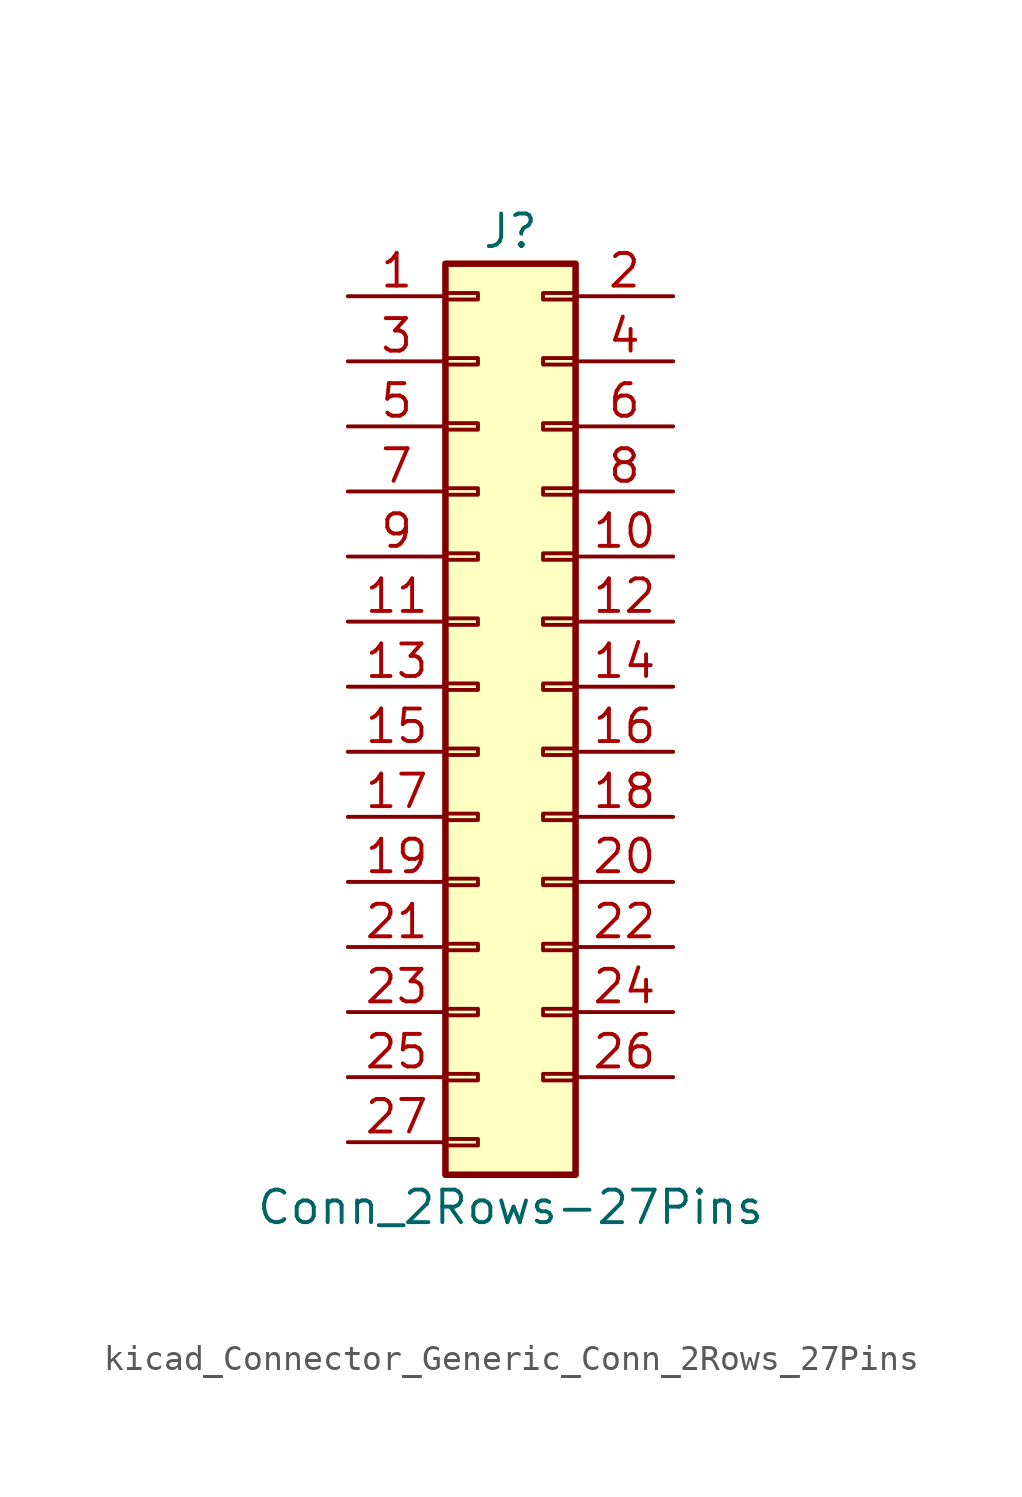
<source format=kicad_sym>
(kicad_symbol_lib
  (version 20220914)
  (generator kicad_symbol_editor)
  (symbol "kicad_Connector_Generic_Conn_2Rows_27Pins"
    (pin_names
      (offset 1.016) hide)
    (property "Reference" "J"
      (at 1.27 17.78 0)
      (effects (font (size 1.27 1.27))))
    (property "Value" "Conn_2Rows-27Pins"
      (at 1.27 -20.32 0)
      (effects (font (size 1.27 1.27))))
    (symbol "kicad_Connector_Generic_Conn_2Rows_27Pins_1_1"
      (rectangle (start -1.27 -17.653) (end 0 -17.907) (stroke (width 0.152) (type default)) (fill (type none)))
      (rectangle (start -1.27 -15.113) (end 0 -15.367) (stroke (width 0.152) (type default)) (fill (type none)))
      (rectangle (start -1.27 -12.573) (end 0 -12.827) (stroke (width 0.152) (type default)) (fill (type none)))
      (rectangle (start -1.27 -10.033) (end 0 -10.287) (stroke (width 0.152) (type default)) (fill (type none)))
      (rectangle (start -1.27 -7.493) (end 0 -7.747) (stroke (width 0.152) (type default)) (fill (type none)))
      (rectangle (start -1.27 -4.953) (end 0 -5.207) (stroke (width 0.152) (type default)) (fill (type none)))
      (rectangle (start -1.27 -2.413) (end 0 -2.667) (stroke (width 0.152) (type default)) (fill (type none)))
      (rectangle (start -1.27 0.127) (end 0 -0.127) (stroke (width 0.152) (type default)) (fill (type none)))
      (rectangle (start -1.27 2.667) (end 0 2.413) (stroke (width 0.152) (type default)) (fill (type none)))
      (rectangle (start -1.27 5.207) (end 0 4.953) (stroke (width 0.152) (type default)) (fill (type none)))
      (rectangle (start -1.27 7.747) (end 0 7.493) (stroke (width 0.152) (type default)) (fill (type none)))
      (rectangle (start -1.27 10.287) (end 0 10.033) (stroke (width 0.152) (type default)) (fill (type none)))
      (rectangle (start -1.27 12.827) (end 0 12.573) (stroke (width 0.152) (type default)) (fill (type none)))
      (rectangle (start -1.27 15.367) (end 0 15.113) (stroke (width 0.152) (type default)) (fill (type none)))
      (rectangle (start -1.27 16.51) (end 3.81 -19.05) (stroke (width 0.254) (type default)) (fill (type background)))
      (rectangle (start 3.81 -15.113) (end 2.54 -15.367) (stroke (width 0.152) (type default)) (fill (type none)))
      (rectangle (start 3.81 -12.573) (end 2.54 -12.827) (stroke (width 0.152) (type default)) (fill (type none)))
      (rectangle (start 3.81 -10.033) (end 2.54 -10.287) (stroke (width 0.152) (type default)) (fill (type none)))
      (rectangle (start 3.81 -7.493) (end 2.54 -7.747) (stroke (width 0.152) (type default)) (fill (type none)))
      (rectangle (start 3.81 -4.953) (end 2.54 -5.207) (stroke (width 0.152) (type default)) (fill (type none)))
      (rectangle (start 3.81 -2.413) (end 2.54 -2.667) (stroke (width 0.152) (type default)) (fill (type none)))
      (rectangle (start 3.81 0.127) (end 2.54 -0.127) (stroke (width 0.152) (type default)) (fill (type none)))
      (rectangle (start 3.81 2.667) (end 2.54 2.413) (stroke (width 0.152) (type default)) (fill (type none)))
      (rectangle (start 3.81 5.207) (end 2.54 4.953) (stroke (width 0.152) (type default)) (fill (type none)))
      (rectangle (start 3.81 7.747) (end 2.54 7.493) (stroke (width 0.152) (type default)) (fill (type none)))
      (rectangle (start 3.81 10.287) (end 2.54 10.033) (stroke (width 0.152) (type default)) (fill (type none)))
      (rectangle (start 3.81 12.827) (end 2.54 12.573) (stroke (width 0.152) (type default)) (fill (type none)))
      (rectangle (start 3.81 15.367) (end 2.54 15.113) (stroke (width 0.152) (type default)) (fill (type none)))
      (pin passive line (at -5.08 15.24 0) (length 3.81) (name "Pin_1" (effects (font (size 1.27 1.27)))) (number "1" (effects (font (size 1.27 1.27)))))
      (pin passive line (at 7.62 5.08 180) (length 3.81) (name "Pin_10" (effects (font (size 1.27 1.27)))) (number "10" (effects (font (size 1.27 1.27)))))
      (pin passive line (at -5.08 2.54 0) (length 3.81) (name "Pin_11" (effects (font (size 1.27 1.27)))) (number "11" (effects (font (size 1.27 1.27)))))
      (pin passive line (at 7.62 2.54 180) (length 3.81) (name "Pin_12" (effects (font (size 1.27 1.27)))) (number "12" (effects (font (size 1.27 1.27)))))
      (pin passive line (at -5.08 0 0) (length 3.81) (name "Pin_13" (effects (font (size 1.27 1.27)))) (number "13" (effects (font (size 1.27 1.27)))))
      (pin passive line (at 7.62 0 180) (length 3.81) (name "Pin_14" (effects (font (size 1.27 1.27)))) (number "14" (effects (font (size 1.27 1.27)))))
      (pin passive line (at -5.08 -2.54 0) (length 3.81) (name "Pin_15" (effects (font (size 1.27 1.27)))) (number "15" (effects (font (size 1.27 1.27)))))
      (pin passive line (at 7.62 -2.54 180) (length 3.81) (name "Pin_16" (effects (font (size 1.27 1.27)))) (number "16" (effects (font (size 1.27 1.27)))))
      (pin passive line (at -5.08 -5.08 0) (length 3.81) (name "Pin_17" (effects (font (size 1.27 1.27)))) (number "17" (effects (font (size 1.27 1.27)))))
      (pin passive line (at 7.62 -5.08 180) (length 3.81) (name "Pin_18" (effects (font (size 1.27 1.27)))) (number "18" (effects (font (size 1.27 1.27)))))
      (pin passive line (at -5.08 -7.62 0) (length 3.81) (name "Pin_19" (effects (font (size 1.27 1.27)))) (number "19" (effects (font (size 1.27 1.27)))))
      (pin passive line (at 7.62 15.24 180) (length 3.81) (name "Pin_2" (effects (font (size 1.27 1.27)))) (number "2" (effects (font (size 1.27 1.27)))))
      (pin passive line (at 7.62 -7.62 180) (length 3.81) (name "Pin_20" (effects (font (size 1.27 1.27)))) (number "20" (effects (font (size 1.27 1.27)))))
      (pin passive line (at -5.08 -10.16 0) (length 3.81) (name "Pin_21" (effects (font (size 1.27 1.27)))) (number "21" (effects (font (size 1.27 1.27)))))
      (pin passive line (at 7.62 -10.16 180) (length 3.81) (name "Pin_22" (effects (font (size 1.27 1.27)))) (number "22" (effects (font (size 1.27 1.27)))))
      (pin passive line (at -5.08 -12.7 0) (length 3.81) (name "Pin_23" (effects (font (size 1.27 1.27)))) (number "23" (effects (font (size 1.27 1.27)))))
      (pin passive line (at 7.62 -12.7 180) (length 3.81) (name "Pin_24" (effects (font (size 1.27 1.27)))) (number "24" (effects (font (size 1.27 1.27)))))
      (pin passive line (at -5.08 -15.24 0) (length 3.81) (name "Pin_25" (effects (font (size 1.27 1.27)))) (number "25" (effects (font (size 1.27 1.27)))))
      (pin passive line (at 7.62 -15.24 180) (length 3.81) (name "Pin_26" (effects (font (size 1.27 1.27)))) (number "26" (effects (font (size 1.27 1.27)))))
      (pin passive line (at -5.08 -17.78 0) (length 3.81) (name "Pin_27" (effects (font (size 1.27 1.27)))) (number "27" (effects (font (size 1.27 1.27)))))
      (pin passive line (at -5.08 12.7 0) (length 3.81) (name "Pin_3" (effects (font (size 1.27 1.27)))) (number "3" (effects (font (size 1.27 1.27)))))
      (pin passive line (at 7.62 12.7 180) (length 3.81) (name "Pin_4" (effects (font (size 1.27 1.27)))) (number "4" (effects (font (size 1.27 1.27)))))
      (pin passive line (at -5.08 10.16 0) (length 3.81) (name "Pin_5" (effects (font (size 1.27 1.27)))) (number "5" (effects (font (size 1.27 1.27)))))
      (pin passive line (at 7.62 10.16 180) (length 3.81) (name "Pin_6" (effects (font (size 1.27 1.27)))) (number "6" (effects (font (size 1.27 1.27)))))
      (pin passive line (at -5.08 7.62 0) (length 3.81) (name "Pin_7" (effects (font (size 1.27 1.27)))) (number "7" (effects (font (size 1.27 1.27)))))
      (pin passive line (at 7.62 7.62 180) (length 3.81) (name "Pin_8" (effects (font (size 1.27 1.27)))) (number "8" (effects (font (size 1.27 1.27)))))
      (pin passive line (at -5.08 5.08 0) (length 3.81) (name "Pin_9" (effects (font (size 1.27 1.27)))) (number "9" (effects (font (size 1.27 1.27))))))))
</source>
